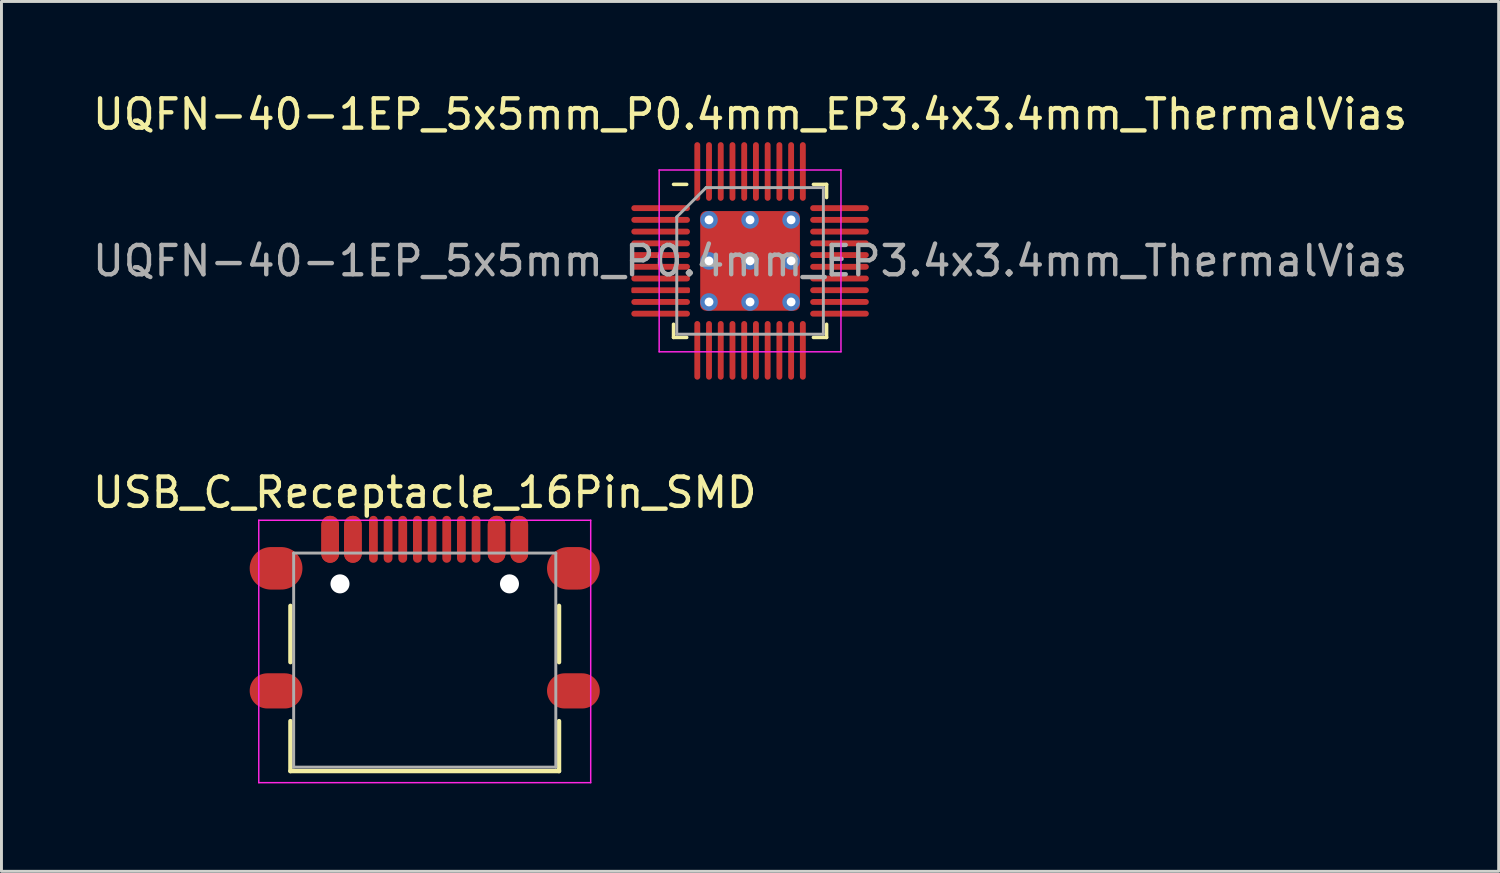
<source format=kicad_pcb>
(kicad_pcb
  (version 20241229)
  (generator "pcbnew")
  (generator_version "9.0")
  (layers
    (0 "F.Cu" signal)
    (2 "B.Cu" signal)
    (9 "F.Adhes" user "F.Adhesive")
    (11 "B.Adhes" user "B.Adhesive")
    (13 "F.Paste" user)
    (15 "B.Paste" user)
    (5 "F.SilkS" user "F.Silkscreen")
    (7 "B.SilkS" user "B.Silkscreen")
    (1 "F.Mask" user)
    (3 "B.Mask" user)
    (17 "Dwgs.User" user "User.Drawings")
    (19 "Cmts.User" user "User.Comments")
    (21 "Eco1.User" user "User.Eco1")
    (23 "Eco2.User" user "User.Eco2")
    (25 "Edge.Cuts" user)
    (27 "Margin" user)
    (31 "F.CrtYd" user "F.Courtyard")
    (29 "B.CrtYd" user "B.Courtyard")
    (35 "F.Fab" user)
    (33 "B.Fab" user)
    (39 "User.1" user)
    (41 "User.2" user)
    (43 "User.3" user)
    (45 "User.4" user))
  (footprint "USB_C_Receptacle_16Pin_SMD"
    (layer "F.Cu")
    (at 11.435 19.462)
    (property "Reference" "USB_C_Receptacle_16Pin_SMD" (at 0 -5.715 0) (layer "F.SilkS") (effects (font (size 1 1) (thickness 0.15))))
    (attr smd)
    (fp_line (start -4.58 -1.85) (end -4.58 0.07) (stroke (width 0.15) (type solid)) (layer "F.SilkS"))
    (fp_line (start -4.58 3.785) (end -4.58 2.08) (stroke (width 0.15) (type solid)) (layer "F.SilkS"))
    (fp_line (start 4.58 0.07) (end 4.58 -1.85) (stroke (width 0.15) (type solid)) (layer "F.SilkS"))
    (fp_line (start 4.58 2.08) (end 4.58 3.785) (stroke (width 0.15) (type solid)) (layer "F.SilkS"))
    (fp_line (start 4.58 3.785) (end -4.58 3.785) (stroke (width 0.15) (type solid)) (layer "F.SilkS"))
    (fp_line (start -5.66 -4.77) (end 5.66 -4.77) (stroke (width 0.05) (type solid)) (layer "F.CrtYd"))
    (fp_line (start -5.66 4.18) (end -5.66 -4.77) (stroke (width 0.05) (type solid)) (layer "F.CrtYd"))
    (fp_line (start 5.66 -4.77) (end 5.66 4.18) (stroke (width 0.05) (type solid)) (layer "F.CrtYd"))
    (fp_line (start 5.66 4.18) (end -5.66 4.18) (stroke (width 0.05) (type solid)) (layer "F.CrtYd"))
    (fp_line (start -4.47 -3.65) (end -4.47 3.65) (stroke (width 0.1) (type solid)) (layer "F.Fab"))
    (fp_line (start -4.47 -3.65) (end 4.47 -3.65) (stroke (width 0.1) (type solid)) (layer "F.Fab"))
    (fp_line (start -4.47 3.65) (end 4.47 3.65) (stroke (width 0.1) (type solid)) (layer "F.Fab"))
    (fp_line (start 4.47 3.65) (end 4.47 -3.65) (stroke (width 0.1) (type solid)) (layer "F.Fab"))
    (pad "" np_thru_hole circle (at -2.89 -2.6) (size 0.65 0.65) (drill 0.65) (layers "*.Cu" "*.Mask"))
    (pad "" np_thru_hole circle (at 2.89 -2.6) (size 0.65 0.65) (drill 0.65) (layers "*.Cu" "*.Mask"))
    (pad "A1" smd oval (at -3.225 -4.12) (size 0.6 1.6) (layers "F.Cu" "F.Mask" "F.Paste"))
    (pad "A4" smd oval (at -2.45 -4.12) (size 0.6 1.6) (layers "F.Cu" "F.Mask" "F.Paste"))
    (pad "A5" smd oval (at -1.25 -4.12) (size 0.3 1.6) (layers "F.Cu" "F.Mask" "F.Paste"))
    (pad "A6" smd oval (at -0.25 -4.12) (size 0.3 1.6) (layers "F.Cu" "F.Mask" "F.Paste"))
    (pad "A7" smd oval (at 0.25 -4.12) (size 0.3 1.6) (layers "F.Cu" "F.Mask" "F.Paste"))
    (pad "A8" smd oval (at 1.25 -4.12) (size 0.3 1.6) (layers "F.Cu" "F.Mask" "F.Paste"))
    (pad "A9" smd oval (at 2.45 -4.12) (size 0.6 1.6) (layers "F.Cu" "F.Mask" "F.Paste"))
    (pad "A12" smd oval (at 3.225 -4.12) (size 0.6 1.6) (layers "F.Cu" "F.Mask" "F.Paste"))
    (pad "B1" smd oval (at 3.225 -4.12) (size 0.6 1.6) (layers "F.Cu" "F.Mask" "F.Paste"))
    (pad "B4" smd oval (at 2.45 -4.12) (size 0.6 1.6) (layers "F.Cu" "F.Mask" "F.Paste"))
    (pad "B5" smd oval (at 1.75 -4.12) (size 0.3 1.6) (layers "F.Cu" "F.Mask" "F.Paste"))
    (pad "B6" smd oval (at 0.75 -4.12) (size 0.3 1.6) (layers "F.Cu" "F.Mask" "F.Paste"))
    (pad "B7" smd oval (at -0.75 -4.12) (size 0.3 1.6) (layers "F.Cu" "F.Mask" "F.Paste"))
    (pad "B8" smd oval (at -1.75 -4.12) (size 0.3 1.6) (layers "F.Cu" "F.Mask" "F.Paste"))
    (pad "B9" smd oval (at -2.45 -4.12) (size 0.6 1.6) (layers "F.Cu" "F.Mask" "F.Paste"))
    (pad "B12" smd oval (at -3.225 -4.12) (size 0.6 1.6) (layers "F.Cu" "F.Mask" "F.Paste"))
    (pad "S1" smd oval (at -5.07 -3.13) (size 1.8 1.45) (layers "F.Cu" "F.Mask" "F.Paste"))
    (pad "S1" smd oval (at -5.07 1.05) (size 1.8 1.2) (layers "F.Cu" "F.Mask" "F.Paste"))
    (pad "S1" smd oval (at 5.07 -3.13) (size 1.8 1.45) (layers "F.Cu" "F.Mask" "F.Paste"))
    (pad "S1" smd oval (at 5.07 1.05) (size 1.8 1.2) (layers "F.Cu" "F.Mask" "F.Paste")))
  (footprint "UQFN-40-1EP_5x5mm_P0.4mm_EP3.4x3.4mm_ThermalVias"
    (layer "F.Cu")
    (at 22.53 5.848)
    (property "Reference" "UQFN-40-1EP_5x5mm_P0.4mm_EP3.4x3.4mm_ThermalVias" (at 0 -5 0) (layer "F.SilkS") (effects (font (size 1 1) (thickness 0.15))))
    (attr smd)
    (fp_line (start -2.61 2.61) (end -2.61 2.16) (stroke (width 0.12) (type solid)) (layer "F.SilkS"))
    (fp_line (start -2.16 -2.61) (end -2.61 -2.61) (stroke (width 0.12) (type solid)) (layer "F.SilkS"))
    (fp_line (start -2.16 2.61) (end -2.61 2.61) (stroke (width 0.12) (type solid)) (layer "F.SilkS"))
    (fp_line (start 2.16 -2.61) (end 2.61 -2.61) (stroke (width 0.12) (type solid)) (layer "F.SilkS"))
    (fp_line (start 2.16 2.61) (end 2.61 2.61) (stroke (width 0.12) (type solid)) (layer "F.SilkS"))
    (fp_line (start 2.61 -2.61) (end 2.61 -2.16) (stroke (width 0.12) (type solid)) (layer "F.SilkS"))
    (fp_line (start 2.61 2.61) (end 2.61 2.16) (stroke (width 0.12) (type solid)) (layer "F.SilkS"))
    (fp_line (start -3.1 -3.1) (end -3.1 3.1) (stroke (width 0.05) (type solid)) (layer "F.CrtYd"))
    (fp_line (start -3.1 3.1) (end 3.1 3.1) (stroke (width 0.05) (type solid)) (layer "F.CrtYd"))
    (fp_line (start 3.1 -3.1) (end -3.1 -3.1) (stroke (width 0.05) (type solid)) (layer "F.CrtYd"))
    (fp_line (start 3.1 3.1) (end 3.1 -3.1) (stroke (width 0.05) (type solid)) (layer "F.CrtYd"))
    (fp_line (start -2.5 -1.5) (end -1.5 -2.5) (stroke (width 0.1) (type solid)) (layer "F.Fab"))
    (fp_line (start -2.5 2.5) (end -2.5 -1.5) (stroke (width 0.1) (type solid)) (layer "F.Fab"))
    (fp_line (start -1.5 -2.5) (end 2.5 -2.5) (stroke (width 0.1) (type solid)) (layer "F.Fab"))
    (fp_line (start 2.5 -2.5) (end 2.5 2.5) (stroke (width 0.1) (type solid)) (layer "F.Fab"))
    (fp_line (start 2.5 2.5) (end -2.5 2.5) (stroke (width 0.1) (type solid)) (layer "F.Fab"))
    (fp_text user "${REFERENCE}" (at 0 0 0) (layer "F.Fab") (effects (font (size 1 1) (thickness 0.15))))
    (pad "" smd roundrect (at -1.27 -1.27) (size 1.02 1.02) (layers "F.Paste") (roundrect_rratio 0.245))
    (pad "" smd roundrect (at -1.27 0) (size 1.02 1.02) (layers "F.Paste") (roundrect_rratio 0.245))
    (pad "" smd roundrect (at -1.27 1.27) (size 1.02 1.02) (layers "F.Paste") (roundrect_rratio 0.245))
    (pad "" smd roundrect (at 0 -1.27) (size 1.02 1.02) (layers "F.Paste") (roundrect_rratio 0.245))
    (pad "" smd roundrect (at 0 0) (size 1.02 1.02) (layers "F.Paste") (roundrect_rratio 0.245))
    (pad "" smd roundrect (at 0 1.27) (size 1.02 1.02) (layers "F.Paste") (roundrect_rratio 0.245))
    (pad "" smd roundrect (at 1.27 -1.27) (size 1.02 1.02) (layers "F.Paste") (roundrect_rratio 0.245))
    (pad "" smd roundrect (at 1.27 0) (size 1.02 1.02) (layers "F.Paste") (roundrect_rratio 0.245))
    (pad "" smd roundrect (at 1.27 1.27) (size 1.02 1.02) (layers "F.Paste") (roundrect_rratio 0.245))
    (pad "1" smd oval (at -3.05 -1.8) (size 2 0.2) (layers "F.Cu" "F.Mask" "F.Paste"))
    (pad "2" smd oval (at -3.05 -1.4) (size 2 0.2) (layers "F.Cu" "F.Mask" "F.Paste"))
    (pad "3" smd oval (at -3.05 -1) (size 2 0.2) (layers "F.Cu" "F.Mask" "F.Paste"))
    (pad "4" smd oval (at -3.05 -0.6) (size 2 0.2) (layers "F.Cu" "F.Mask" "F.Paste"))
    (pad "5" smd oval (at -3.05 -0.2) (size 2 0.2) (layers "F.Cu" "F.Mask" "F.Paste"))
    (pad "6" smd oval (at -3.05 0.2) (size 2 0.2) (layers "F.Cu" "F.Mask" "F.Paste"))
    (pad "7" smd oval (at -3.05 0.6) (size 2 0.2) (layers "F.Cu" "F.Mask" "F.Paste"))
    (pad "8" smd roundrect (at -3.05 1) (size 2 0.2) (layers "F.Cu" "F.Mask" "F.Paste") (roundrect_rratio 0.25))
    (pad "9" smd oval (at -3.05 1.4) (size 2 0.2) (layers "F.Cu" "F.Mask" "F.Paste"))
    (pad "10" smd oval (at -3.05 1.8) (size 2 0.2) (layers "F.Cu" "F.Mask" "F.Paste"))
    (pad "11" smd oval (at -1.8 3.05) (size 0.2 2) (layers "F.Cu" "F.Mask" "F.Paste"))
    (pad "12" smd oval (at -1.4 3.05) (size 0.2 2) (layers "F.Cu" "F.Mask" "F.Paste"))
    (pad "13" smd oval (at -1 3.05) (size 0.2 2) (layers "F.Cu" "F.Mask" "F.Paste"))
    (pad "14" smd oval (at -0.6 3.05) (size 0.2 2) (layers "F.Cu" "F.Mask" "F.Paste"))
    (pad "15" smd oval (at -0.2 3.05) (size 0.2 2) (layers "F.Cu" "F.Mask" "F.Paste"))
    (pad "16" smd oval (at 0.2 3.05) (size 0.2 2) (layers "F.Cu" "F.Mask" "F.Paste"))
    (pad "17" smd oval (at 0.6 3.05) (size 0.2 2) (layers "F.Cu" "F.Mask" "F.Paste"))
    (pad "18" smd oval (at 1 3.05) (size 0.2 2) (layers "F.Cu" "F.Mask" "F.Paste"))
    (pad "19" smd oval (at 1.4 3.05) (size 0.2 2) (layers "F.Cu" "F.Mask" "F.Paste"))
    (pad "20" smd oval (at 1.8 3.05) (size 0.2 2) (layers "F.Cu" "F.Mask" "F.Paste"))
    (pad "21" smd oval (at 3.05 1.8) (size 2 0.2) (layers "F.Cu" "F.Mask" "F.Paste"))
    (pad "22" smd oval (at 3.05 1.4) (size 2 0.2) (layers "F.Cu" "F.Mask" "F.Paste"))
    (pad "23" smd oval (at 3.05 1) (size 2 0.2) (layers "F.Cu" "F.Mask" "F.Paste"))
    (pad "24" smd oval (at 3.05 0.6) (size 2 0.2) (layers "F.Cu" "F.Mask" "F.Paste"))
    (pad "25" smd oval (at 3.05 0.2) (size 2 0.2) (layers "F.Cu" "F.Mask" "F.Paste"))
    (pad "26" smd oval (at 3.05 -0.2) (size 2 0.2) (layers "F.Cu" "F.Mask" "F.Paste"))
    (pad "27" smd oval (at 3.05 -0.6) (size 2 0.2) (layers "F.Cu" "F.Mask" "F.Paste"))
    (pad "28" smd oval (at 3.05 -1) (size 2 0.2) (layers "F.Cu" "F.Mask" "F.Paste"))
    (pad "29" smd oval (at 3.05 -1.4) (size 2 0.2) (layers "F.Cu" "F.Mask" "F.Paste"))
    (pad "30" smd oval (at 3.05 -1.8) (size 2 0.2) (layers "F.Cu" "F.Mask" "F.Paste"))
    (pad "31" smd oval (at 1.8 -3.05) (size 0.2 2) (layers "F.Cu" "F.Mask" "F.Paste"))
    (pad "32" smd oval (at 1.4 -3.05) (size 0.2 2) (layers "F.Cu" "F.Mask" "F.Paste"))
    (pad "33" smd oval (at 1 -3.05) (size 0.2 2) (layers "F.Cu" "F.Mask" "F.Paste"))
    (pad "34" smd oval (at 0.6 -3.05) (size 0.2 2) (layers "F.Cu" "F.Mask" "F.Paste"))
    (pad "35" smd oval (at 0.2 -3.05) (size 0.2 2) (layers "F.Cu" "F.Mask" "F.Paste"))
    (pad "36" smd oval (at -0.2 -3.05) (size 0.2 2) (layers "F.Cu" "F.Mask" "F.Paste"))
    (pad "37" smd oval (at -0.6 -3.05) (size 0.2 2) (layers "F.Cu" "F.Mask" "F.Paste"))
    (pad "38" smd oval (at -1 -3.05) (size 0.2 2) (layers "F.Cu" "F.Mask" "F.Paste"))
    (pad "39" smd oval (at -1.4 -3.05) (size 0.2 2) (layers "F.Cu" "F.Mask" "F.Paste"))
    (pad "40" smd oval (at -1.8 -3.05) (size 0.2 2) (layers "F.Cu" "F.Mask" "F.Paste"))
    (pad "41" thru_hole circle (at -1.4 -1.4) (size 0.6 0.6) (drill 0.3) (layers "*.Cu"))
    (pad "41" thru_hole circle (at -1.4 0) (size 0.6 0.6) (drill 0.3) (layers "*.Cu"))
    (pad "41" thru_hole circle (at -1.4 1.4) (size 0.6 0.6) (drill 0.3) (layers "*.Cu"))
    (pad "41" thru_hole circle (at 0 -1.4) (size 0.6 0.6) (drill 0.3) (layers "*.Cu"))
    (pad "41" thru_hole circle (at 0 0) (size 0.6 0.6) (drill 0.3) (layers "*.Cu"))
    (pad "41" smd roundrect (at 0 0) (size 3.4 3.4) (layers "F.Cu" "F.Mask") (roundrect_rratio 0.059))
    (pad "41" thru_hole circle (at 0 1.4) (size 0.6 0.6) (drill 0.3) (layers "*.Cu"))
    (pad "41" thru_hole circle (at 1.4 -1.4) (size 0.6 0.6) (drill 0.3) (layers "*.Cu"))
    (pad "41" thru_hole circle (at 1.4 0) (size 0.6 0.6) (drill 0.3) (layers "*.Cu"))
    (pad "41" thru_hole circle (at 1.4 1.4) (size 0.6 0.6) (drill 0.3) (layers "*.Cu")))
  (gr_rect
    (start -3 -3)
    (end 48.06 26.666)
    (stroke (width 0.1) (type default))
    (fill no)
    (layer "Edge.Cuts")))
</source>
